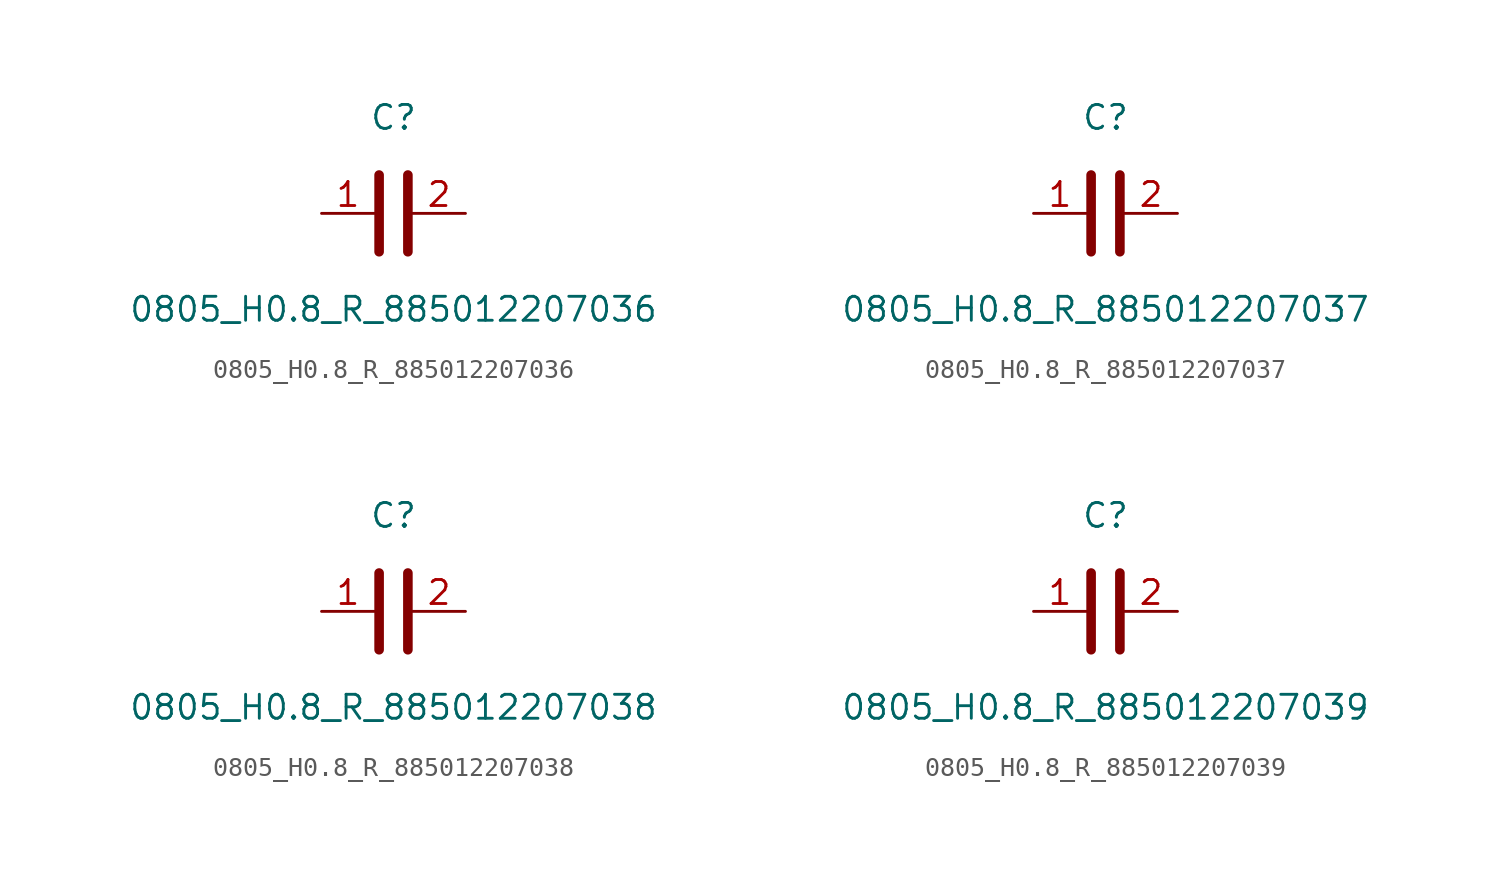
<source format=kicad_sym>
(kicad_symbol_lib
  (version 20220914)
  (generator kicad_symbol_editor)
  (symbol "0805_H0.8_R_885012207036"
    (pin_names hide)
    (property "Reference" "C"
      (at 0 5.08 0)
      (effects (font (size 1.27 1.27))))
    (property "Value" "0805_H0.8_R_885012207036"
      (at 0 -5.08 0)
      (effects (font (size 1.27 1.27))))
    (symbol "0805_H0.8_R_885012207036_0_1"
      (polyline (pts (xy -0.762 -2.032) (xy -0.762 2.032)) (stroke (width 0.508) (type default)) (fill (type none)))
      (polyline (pts (xy 0.762 -2.032) (xy 0.762 2.032)) (stroke (width 0.508) (type default)) (fill (type none))))
    (symbol "0805_H0.8_R_885012207036_1_1"
      (pin passive line (at -3.81 0 0) (length 2.794) (name "1" (effects (font (size 1.27 1.27)))) (number "1" (effects (font (size 1.27 1.27)))))
      (pin passive line (at 3.81 0 180) (length 2.794) (name "2" (effects (font (size 1.27 1.27)))) (number "2" (effects (font (size 1.27 1.27)))))))
  (symbol "0805_H0.8_R_885012207037"
    (pin_names hide)
    (property "Reference" "C"
      (at 0 5.08 0)
      (effects (font (size 1.27 1.27))))
    (property "Value" "0805_H0.8_R_885012207037"
      (at 0 -5.08 0)
      (effects (font (size 1.27 1.27))))
    (symbol "0805_H0.8_R_885012207037_0_1"
      (polyline (pts (xy -0.762 -2.032) (xy -0.762 2.032)) (stroke (width 0.508) (type default)) (fill (type none)))
      (polyline (pts (xy 0.762 -2.032) (xy 0.762 2.032)) (stroke (width 0.508) (type default)) (fill (type none))))
    (symbol "0805_H0.8_R_885012207037_1_1"
      (pin passive line (at -3.81 0 0) (length 2.794) (name "1" (effects (font (size 1.27 1.27)))) (number "1" (effects (font (size 1.27 1.27)))))
      (pin passive line (at 3.81 0 180) (length 2.794) (name "2" (effects (font (size 1.27 1.27)))) (number "2" (effects (font (size 1.27 1.27)))))))
  (symbol "0805_H0.8_R_885012207038"
    (pin_names hide)
    (property "Reference" "C"
      (at 0 5.08 0)
      (effects (font (size 1.27 1.27))))
    (property "Value" "0805_H0.8_R_885012207038"
      (at 0 -5.08 0)
      (effects (font (size 1.27 1.27))))
    (symbol "0805_H0.8_R_885012207038_0_1"
      (polyline (pts (xy -0.762 -2.032) (xy -0.762 2.032)) (stroke (width 0.508) (type default)) (fill (type none)))
      (polyline (pts (xy 0.762 -2.032) (xy 0.762 2.032)) (stroke (width 0.508) (type default)) (fill (type none))))
    (symbol "0805_H0.8_R_885012207038_1_1"
      (pin passive line (at -3.81 0 0) (length 2.794) (name "1" (effects (font (size 1.27 1.27)))) (number "1" (effects (font (size 1.27 1.27)))))
      (pin passive line (at 3.81 0 180) (length 2.794) (name "2" (effects (font (size 1.27 1.27)))) (number "2" (effects (font (size 1.27 1.27)))))))
  (symbol "0805_H0.8_R_885012207039"
    (pin_names hide)
    (property "Reference" "C"
      (at 0 5.08 0)
      (effects (font (size 1.27 1.27))))
    (property "Value" "0805_H0.8_R_885012207039"
      (at 0 -5.08 0)
      (effects (font (size 1.27 1.27))))
    (symbol "0805_H0.8_R_885012207039_0_1"
      (polyline (pts (xy -0.762 -2.032) (xy -0.762 2.032)) (stroke (width 0.508) (type default)) (fill (type none)))
      (polyline (pts (xy 0.762 -2.032) (xy 0.762 2.032)) (stroke (width 0.508) (type default)) (fill (type none))))
    (symbol "0805_H0.8_R_885012207039_1_1"
      (pin passive line (at -3.81 0 0) (length 2.794) (name "1" (effects (font (size 1.27 1.27)))) (number "1" (effects (font (size 1.27 1.27)))))
      (pin passive line (at 3.81 0 180) (length 2.794) (name "2" (effects (font (size 1.27 1.27)))) (number "2" (effects (font (size 1.27 1.27))))))))
</source>
